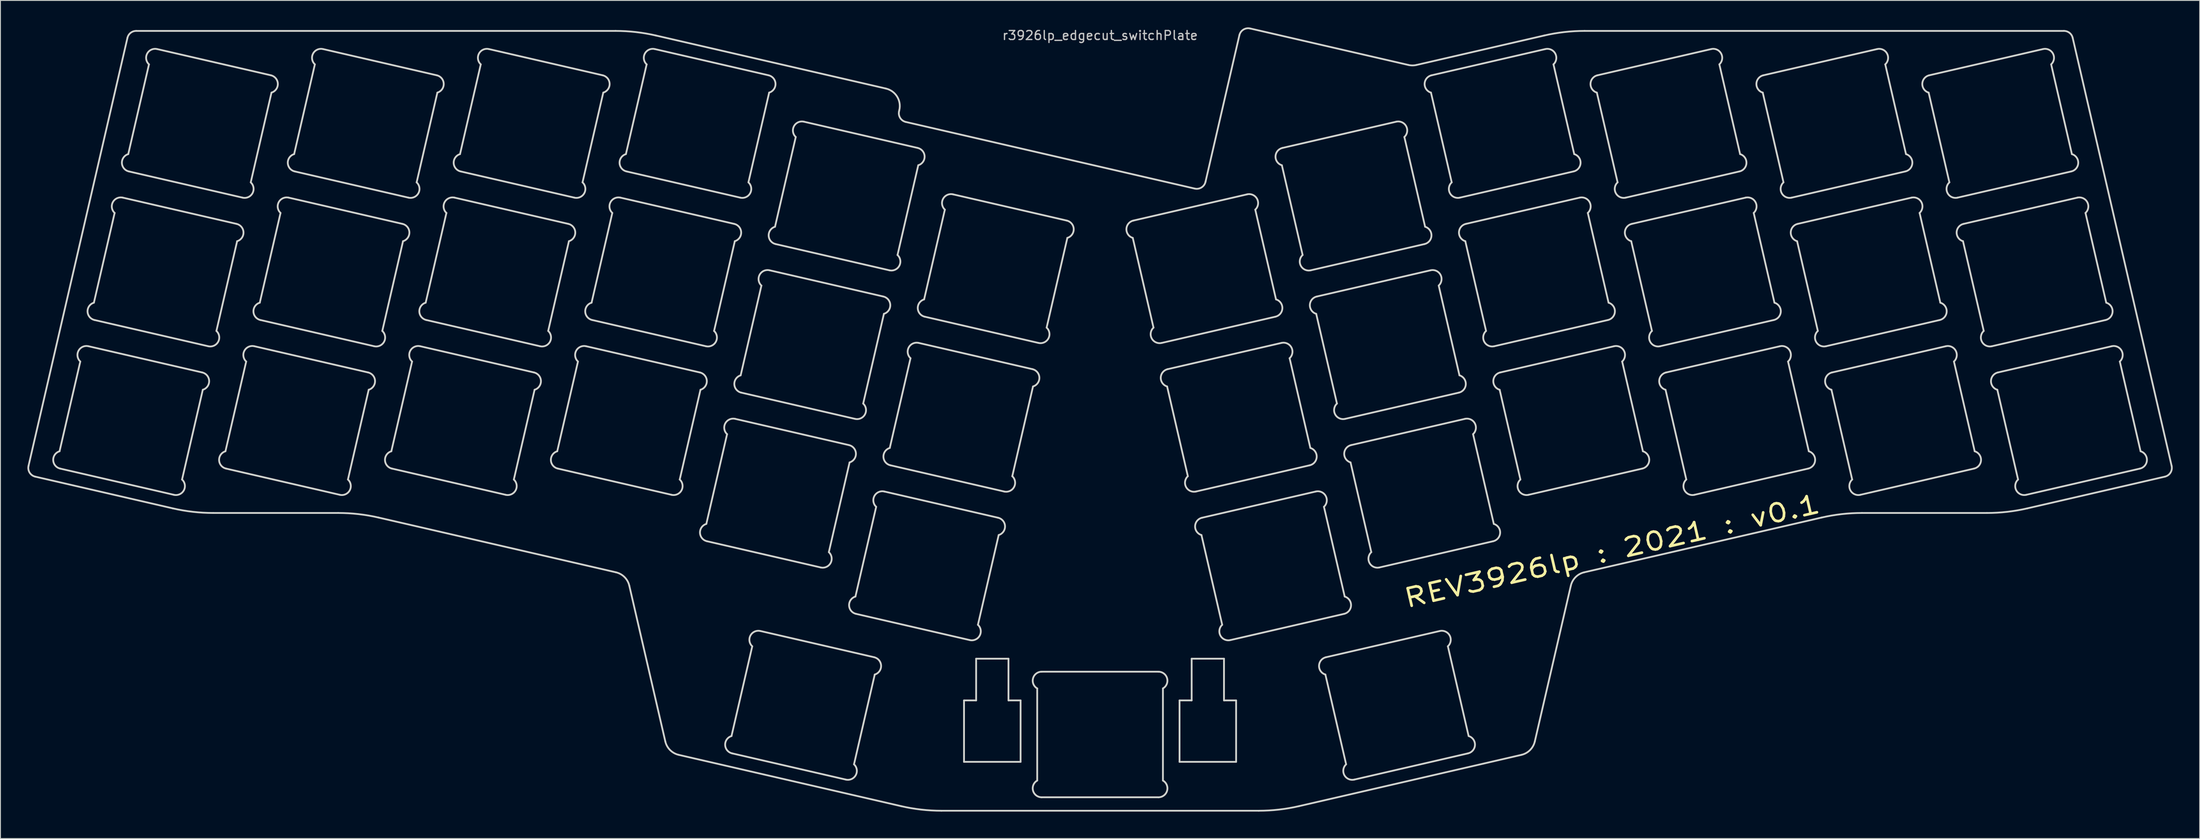
<source format=kicad_pcb>
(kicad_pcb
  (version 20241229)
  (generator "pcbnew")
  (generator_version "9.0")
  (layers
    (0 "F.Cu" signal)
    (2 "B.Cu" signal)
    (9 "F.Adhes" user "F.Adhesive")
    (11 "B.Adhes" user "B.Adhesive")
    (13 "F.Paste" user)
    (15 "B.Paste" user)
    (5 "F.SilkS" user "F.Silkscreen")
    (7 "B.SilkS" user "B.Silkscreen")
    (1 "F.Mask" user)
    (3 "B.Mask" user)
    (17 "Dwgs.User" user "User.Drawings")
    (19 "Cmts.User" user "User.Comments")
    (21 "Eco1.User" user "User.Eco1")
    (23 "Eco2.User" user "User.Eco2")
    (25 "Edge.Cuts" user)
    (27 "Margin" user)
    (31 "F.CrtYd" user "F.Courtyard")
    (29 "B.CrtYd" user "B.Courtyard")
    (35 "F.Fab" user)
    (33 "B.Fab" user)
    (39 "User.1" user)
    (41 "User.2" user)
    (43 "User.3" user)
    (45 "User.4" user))
  (footprint "r3926lp_edgecut_switchPlate"
    (layer "F.Cu")
    (at 119.449 0.396)
    (property "Reference" "r3926lp_edgecut_switchPlate" (at 0 0.5 0) (layer "Dwgs.User") (effects (font (size 1 1) (thickness 0.15))))
    (attr through_hole)
    (fp_line (start -119.324 48.494) (end -108.307 0.775) (stroke (width 0.2) (type solid)) (layer "Edge.Cuts"))
    (fp_line (start -115.867 46.863) (end -113.557 36.858) (stroke (width 0.2) (type solid)) (layer "Edge.Cuts"))
    (fp_line (start -112.65 35.153) (end -99.983 38.077) (stroke (width 0.2) (type solid)) (layer "Edge.Cuts"))
    (fp_line (start -112.043 30.299) (end -109.733 20.294) (stroke (width 0.2) (type solid)) (layer "Edge.Cuts"))
    (fp_line (start -108.826 18.588) (end -96.159 21.513) (stroke (width 0.2) (type solid)) (layer "Edge.Cuts"))
    (fp_line (start -108.218 13.734) (end -105.909 3.73) (stroke (width 0.2) (type solid)) (layer "Edge.Cuts"))
    (fp_line (start -107.332 0) (end -53.96 0) (stroke (width 0.2) (type solid)) (layer "Edge.Cuts"))
    (fp_line (start -105.002 2.024) (end -92.335 4.948) (stroke (width 0.2) (type solid)) (layer "Edge.Cuts"))
    (fp_line (start -103.256 53.229) (end -118.574 49.693) (stroke (width 0.2) (type solid)) (layer "Edge.Cuts"))
    (fp_line (start -103.133 51.718) (end -115.799 48.794) (stroke (width 0.2) (type solid)) (layer "Edge.Cuts"))
    (fp_line (start -99.916 40.008) (end -102.226 50.012) (stroke (width 0.2) (type solid)) (layer "Edge.Cuts"))
    (fp_line (start -99.308 35.154) (end -111.975 32.229) (stroke (width 0.2) (type solid)) (layer "Edge.Cuts"))
    (fp_line (start -97.394 46.863) (end -95.084 36.858) (stroke (width 0.2) (type solid)) (layer "Edge.Cuts"))
    (fp_line (start -96.092 23.443) (end -98.401 33.448) (stroke (width 0.2) (type solid)) (layer "Edge.Cuts"))
    (fp_line (start -95.484 18.589) (end -108.151 15.665) (stroke (width 0.2) (type solid)) (layer "Edge.Cuts"))
    (fp_line (start -94.177 35.153) (end -81.51 38.077) (stroke (width 0.2) (type solid)) (layer "Edge.Cuts"))
    (fp_line (start -93.57 30.299) (end -91.26 20.294) (stroke (width 0.2) (type solid)) (layer "Edge.Cuts"))
    (fp_line (start -92.267 6.879) (end -94.577 16.884) (stroke (width 0.2) (type solid)) (layer "Edge.Cuts"))
    (fp_line (start -90.353 18.588) (end -77.686 21.513) (stroke (width 0.2) (type solid)) (layer "Edge.Cuts"))
    (fp_line (start -89.745 13.734) (end -87.436 3.73) (stroke (width 0.2) (type solid)) (layer "Edge.Cuts"))
    (fp_line (start -86.529 2.024) (end -73.862 4.948) (stroke (width 0.2) (type solid)) (layer "Edge.Cuts"))
    (fp_line (start -84.841 53.742) (end -98.757 53.742) (stroke (width 0.2) (type solid)) (layer "Edge.Cuts"))
    (fp_line (start -84.66 51.718) (end -97.326 48.794) (stroke (width 0.2) (type solid)) (layer "Edge.Cuts"))
    (fp_line (start -81.443 40.008) (end -83.753 50.012) (stroke (width 0.2) (type solid)) (layer "Edge.Cuts"))
    (fp_line (start -80.835 35.154) (end -93.502 32.229) (stroke (width 0.2) (type solid)) (layer "Edge.Cuts"))
    (fp_line (start -78.921 46.863) (end -76.611 36.858) (stroke (width 0.2) (type solid)) (layer "Edge.Cuts"))
    (fp_line (start -77.619 23.443) (end -79.928 33.448) (stroke (width 0.2) (type solid)) (layer "Edge.Cuts"))
    (fp_line (start -77.011 18.589) (end -89.678 15.665) (stroke (width 0.2) (type solid)) (layer "Edge.Cuts"))
    (fp_line (start -75.704 35.153) (end -63.037 38.077) (stroke (width 0.2) (type solid)) (layer "Edge.Cuts"))
    (fp_line (start -75.097 30.299) (end -72.787 20.294) (stroke (width 0.2) (type solid)) (layer "Edge.Cuts"))
    (fp_line (start -73.794 6.879) (end -76.104 16.884) (stroke (width 0.2) (type solid)) (layer "Edge.Cuts"))
    (fp_line (start -71.88 18.588) (end -59.213 21.513) (stroke (width 0.2) (type solid)) (layer "Edge.Cuts"))
    (fp_line (start -71.272 13.734) (end -68.963 3.73) (stroke (width 0.2) (type solid)) (layer "Edge.Cuts"))
    (fp_line (start -68.056 2.024) (end -55.389 4.948) (stroke (width 0.2) (type solid)) (layer "Edge.Cuts"))
    (fp_line (start -66.187 51.718) (end -78.853 48.794) (stroke (width 0.2) (type solid)) (layer "Edge.Cuts"))
    (fp_line (start -62.97 40.008) (end -65.28 50.012) (stroke (width 0.2) (type solid)) (layer "Edge.Cuts"))
    (fp_line (start -62.362 35.154) (end -75.029 32.229) (stroke (width 0.2) (type solid)) (layer "Edge.Cuts"))
    (fp_line (start -60.448 46.863) (end -58.138 36.858) (stroke (width 0.2) (type solid)) (layer "Edge.Cuts"))
    (fp_line (start -59.146 23.443) (end -61.455 33.448) (stroke (width 0.2) (type solid)) (layer "Edge.Cuts"))
    (fp_line (start -58.538 18.589) (end -71.205 15.665) (stroke (width 0.2) (type solid)) (layer "Edge.Cuts"))
    (fp_line (start -57.231 35.153) (end -44.564 38.077) (stroke (width 0.2) (type solid)) (layer "Edge.Cuts"))
    (fp_line (start -56.624 30.299) (end -54.314 20.294) (stroke (width 0.2) (type solid)) (layer "Edge.Cuts"))
    (fp_line (start -55.321 6.879) (end -57.631 16.884) (stroke (width 0.2) (type solid)) (layer "Edge.Cuts"))
    (fp_line (start -53.92 60.355) (end -80.342 54.255) (stroke (width 0.2) (type solid)) (layer "Edge.Cuts"))
    (fp_line (start -53.407 18.588) (end -40.74 21.513) (stroke (width 0.2) (type solid)) (layer "Edge.Cuts"))
    (fp_line (start -52.799 13.734) (end -50.49 3.73) (stroke (width 0.2) (type solid)) (layer "Edge.Cuts"))
    (fp_line (start -49.583 2.024) (end -36.916 4.948) (stroke (width 0.2) (type solid)) (layer "Edge.Cuts"))
    (fp_line (start -49.461 0.513) (end -23.852 6.425) (stroke (width 0.2) (type solid)) (layer "Edge.Cuts"))
    (fp_line (start -48.413 79.211) (end -52.421 61.853) (stroke (width 0.2) (type solid)) (layer "Edge.Cuts"))
    (fp_line (start -47.714 51.718) (end -60.38 48.794) (stroke (width 0.2) (type solid)) (layer "Edge.Cuts"))
    (fp_line (start -44.497 40.008) (end -46.807 50.012) (stroke (width 0.2) (type solid)) (layer "Edge.Cuts"))
    (fp_line (start -43.889 35.154) (end -56.556 32.229) (stroke (width 0.2) (type solid)) (layer "Edge.Cuts"))
    (fp_line (start -43.844 54.961) (end -41.535 44.956) (stroke (width 0.2) (type solid)) (layer "Edge.Cuts"))
    (fp_line (start -41.042 78.612) (end -38.732 68.607) (stroke (width 0.2) (type solid)) (layer "Edge.Cuts"))
    (fp_line (start -40.673 23.443) (end -42.982 33.448) (stroke (width 0.2) (type solid)) (layer "Edge.Cuts"))
    (fp_line (start -40.628 43.251) (end -27.961 46.175) (stroke (width 0.2) (type solid)) (layer "Edge.Cuts"))
    (fp_line (start -40.065 18.589) (end -52.732 15.665) (stroke (width 0.2) (type solid)) (layer "Edge.Cuts"))
    (fp_line (start -40.02 38.397) (end -37.71 28.392) (stroke (width 0.2) (type solid)) (layer "Edge.Cuts"))
    (fp_line (start -37.825 66.901) (end -25.158 69.825) (stroke (width 0.2) (type solid)) (layer "Edge.Cuts"))
    (fp_line (start -36.848 6.879) (end -39.158 16.884) (stroke (width 0.2) (type solid)) (layer "Edge.Cuts"))
    (fp_line (start -36.803 26.686) (end -24.137 29.611) (stroke (width 0.2) (type solid)) (layer "Edge.Cuts"))
    (fp_line (start -36.196 21.832) (end -33.886 11.828) (stroke (width 0.2) (type solid)) (layer "Edge.Cuts"))
    (fp_line (start -32.979 10.122) (end -20.312 13.046) (stroke (width 0.2) (type solid)) (layer "Edge.Cuts"))
    (fp_line (start -31.11 59.816) (end -43.777 56.892) (stroke (width 0.2) (type solid)) (layer "Edge.Cuts"))
    (fp_line (start -28.307 83.467) (end -40.974 80.542) (stroke (width 0.2) (type solid)) (layer "Edge.Cuts"))
    (fp_line (start -27.893 48.106) (end -30.203 58.11) (stroke (width 0.2) (type solid)) (layer "Edge.Cuts"))
    (fp_line (start -27.286 43.252) (end -39.953 40.327) (stroke (width 0.2) (type solid)) (layer "Edge.Cuts"))
    (fp_line (start -27.241 63.059) (end -24.931 53.054) (stroke (width 0.2) (type solid)) (layer "Edge.Cuts"))
    (fp_line (start -25.091 71.756) (end -27.4 81.761) (stroke (width 0.2) (type solid)) (layer "Edge.Cuts"))
    (fp_line (start -24.069 31.541) (end -26.379 41.546) (stroke (width 0.2) (type solid)) (layer "Edge.Cuts"))
    (fp_line (start -24.024 51.349) (end -11.357 54.273) (stroke (width 0.2) (type solid)) (layer "Edge.Cuts"))
    (fp_line (start -23.462 26.688) (end -36.129 23.763) (stroke (width 0.2) (type solid)) (layer "Edge.Cuts"))
    (fp_line (start -23.417 46.495) (end -21.107 36.49) (stroke (width 0.2) (type solid)) (layer "Edge.Cuts"))
    (fp_line (start -22.353 8.823) (end -22.383 8.951) (stroke (width 0.2) (type solid)) (layer "Edge.Cuts"))
    (fp_line (start -22.157 86.426) (end -46.914 80.71) (stroke (width 0.2) (type solid)) (layer "Edge.Cuts"))
    (fp_line (start -21.633 10.15) (end 10.54 17.578) (stroke (width 0.2) (type solid)) (layer "Edge.Cuts"))
    (fp_line (start -20.245 14.977) (end -22.555 24.982) (stroke (width 0.2) (type solid)) (layer "Edge.Cuts"))
    (fp_line (start -20.2 34.784) (end -7.533 37.709) (stroke (width 0.2) (type solid)) (layer "Edge.Cuts"))
    (fp_line (start -19.593 29.93) (end -17.283 19.926) (stroke (width 0.2) (type solid)) (layer "Edge.Cuts"))
    (fp_line (start -16.376 18.22) (end -3.709 21.144) (stroke (width 0.2) (type solid)) (layer "Edge.Cuts"))
    (fp_line (start -15.15 74.638) (end -15.15 81.488) (stroke (width 0.2) (type solid)) (layer "Edge.Cuts"))
    (fp_line (start -15.15 81.488) (end -8.85 81.488) (stroke (width 0.2) (type solid)) (layer "Edge.Cuts"))
    (fp_line (start -14.507 67.914) (end -27.173 64.99) (stroke (width 0.2) (type solid)) (layer "Edge.Cuts"))
    (fp_line (start -13.8 69.988) (end -13.8 74.638) (stroke (width 0.2) (type solid)) (layer "Edge.Cuts"))
    (fp_line (start -13.8 74.638) (end -15.15 74.638) (stroke (width 0.2) (type solid)) (layer "Edge.Cuts"))
    (fp_line (start -11.29 56.204) (end -13.6 66.208) (stroke (width 0.2) (type solid)) (layer "Edge.Cuts"))
    (fp_line (start -10.682 51.35) (end -23.349 48.425) (stroke (width 0.2) (type solid)) (layer "Edge.Cuts"))
    (fp_line (start -10.2 69.988) (end -13.8 69.988) (stroke (width 0.2) (type solid)) (layer "Edge.Cuts"))
    (fp_line (start -10.2 74.638) (end -10.2 69.988) (stroke (width 0.2) (type solid)) (layer "Edge.Cuts"))
    (fp_line (start -8.85 74.638) (end -10.2 74.638) (stroke (width 0.2) (type solid)) (layer "Edge.Cuts"))
    (fp_line (start -8.85 81.488) (end -8.85 74.638) (stroke (width 0.2) (type solid)) (layer "Edge.Cuts"))
    (fp_line (start -7.466 39.639) (end -9.776 49.644) (stroke (width 0.2) (type solid)) (layer "Edge.Cuts"))
    (fp_line (start -7 83.572) (end -7 73.304) (stroke (width 0.2) (type solid)) (layer "Edge.Cuts"))
    (fp_line (start -6.858 34.786) (end -19.525 31.861) (stroke (width 0.2) (type solid)) (layer "Edge.Cuts"))
    (fp_line (start -6.5 71.438) (end 6.5 71.438) (stroke (width 0.2) (type solid)) (layer "Edge.Cuts"))
    (fp_line (start -3.642 23.075) (end -5.951 33.08) (stroke (width 0.2) (type solid)) (layer "Edge.Cuts"))
    (fp_line (start 3.709 21.144) (end 16.376 18.22) (stroke (width 0.2) (type solid)) (layer "Edge.Cuts"))
    (fp_line (start 5.951 33.08) (end 3.642 23.075) (stroke (width 0.2) (type solid)) (layer "Edge.Cuts"))
    (fp_line (start 6.5 85.438) (end -6.5 85.438) (stroke (width 0.2) (type solid)) (layer "Edge.Cuts"))
    (fp_line (start 7 73.304) (end 7 83.572) (stroke (width 0.2) (type solid)) (layer "Edge.Cuts"))
    (fp_line (start 7.533 37.709) (end 20.2 34.784) (stroke (width 0.2) (type solid)) (layer "Edge.Cuts"))
    (fp_line (start 8.85 74.638) (end 8.85 81.488) (stroke (width 0.2) (type solid)) (layer "Edge.Cuts"))
    (fp_line (start 8.85 81.488) (end 15.15 81.488) (stroke (width 0.2) (type solid)) (layer "Edge.Cuts"))
    (fp_line (start 9.776 49.644) (end 7.466 39.639) (stroke (width 0.2) (type solid)) (layer "Edge.Cuts"))
    (fp_line (start 10.2 69.988) (end 10.2 74.638) (stroke (width 0.2) (type solid)) (layer "Edge.Cuts"))
    (fp_line (start 10.2 74.638) (end 8.85 74.638) (stroke (width 0.2) (type solid)) (layer "Edge.Cuts"))
    (fp_line (start 11.357 54.273) (end 24.024 51.349) (stroke (width 0.2) (type solid)) (layer "Edge.Cuts"))
    (fp_line (start 11.74 16.829) (end 15.514 0.479) (stroke (width 0.2) (type solid)) (layer "Edge.Cuts"))
    (fp_line (start 13.6 66.208) (end 11.29 56.204) (stroke (width 0.2) (type solid)) (layer "Edge.Cuts"))
    (fp_line (start 13.8 69.988) (end 10.2 69.988) (stroke (width 0.2) (type solid)) (layer "Edge.Cuts"))
    (fp_line (start 13.8 74.638) (end 13.8 69.988) (stroke (width 0.2) (type solid)) (layer "Edge.Cuts"))
    (fp_line (start 15.15 74.638) (end 13.8 74.638) (stroke (width 0.2) (type solid)) (layer "Edge.Cuts"))
    (fp_line (start 15.15 81.488) (end 15.15 74.638) (stroke (width 0.2) (type solid)) (layer "Edge.Cuts"))
    (fp_line (start 16.714 -0.271) (end 34.334 3.797) (stroke (width 0.2) (type solid)) (layer "Edge.Cuts"))
    (fp_line (start 17.283 19.926) (end 19.593 29.93) (stroke (width 0.2) (type solid)) (layer "Edge.Cuts"))
    (fp_line (start 17.658 86.938) (end -17.658 86.938) (stroke (width 0.2) (type solid)) (layer "Edge.Cuts"))
    (fp_line (start 19.525 31.861) (end 6.858 34.786) (stroke (width 0.2) (type solid)) (layer "Edge.Cuts"))
    (fp_line (start 20.312 13.046) (end 32.979 10.122) (stroke (width 0.2) (type solid)) (layer "Edge.Cuts"))
    (fp_line (start 21.107 36.49) (end 23.417 46.495) (stroke (width 0.2) (type solid)) (layer "Edge.Cuts"))
    (fp_line (start 22.555 24.982) (end 20.245 14.977) (stroke (width 0.2) (type solid)) (layer "Edge.Cuts"))
    (fp_line (start 23.349 48.425) (end 10.682 51.35) (stroke (width 0.2) (type solid)) (layer "Edge.Cuts"))
    (fp_line (start 24.137 29.611) (end 36.803 26.686) (stroke (width 0.2) (type solid)) (layer "Edge.Cuts"))
    (fp_line (start 24.931 53.054) (end 27.241 63.059) (stroke (width 0.2) (type solid)) (layer "Edge.Cuts"))
    (fp_line (start 25.158 69.825) (end 37.825 66.901) (stroke (width 0.2) (type solid)) (layer "Edge.Cuts"))
    (fp_line (start 26.379 41.546) (end 24.069 31.541) (stroke (width 0.2) (type solid)) (layer "Edge.Cuts"))
    (fp_line (start 27.173 64.99) (end 14.507 67.914) (stroke (width 0.2) (type solid)) (layer "Edge.Cuts"))
    (fp_line (start 27.4 81.761) (end 25.091 71.756) (stroke (width 0.2) (type solid)) (layer "Edge.Cuts"))
    (fp_line (start 27.961 46.175) (end 40.628 43.251) (stroke (width 0.2) (type solid)) (layer "Edge.Cuts"))
    (fp_line (start 30.203 58.11) (end 27.893 48.106) (stroke (width 0.2) (type solid)) (layer "Edge.Cuts"))
    (fp_line (start 33.886 11.828) (end 36.196 21.832) (stroke (width 0.2) (type solid)) (layer "Edge.Cuts"))
    (fp_line (start 35.233 3.797) (end 49.461 0.513) (stroke (width 0.2) (type solid)) (layer "Edge.Cuts"))
    (fp_line (start 36.129 23.763) (end 23.462 26.688) (stroke (width 0.2) (type solid)) (layer "Edge.Cuts"))
    (fp_line (start 36.916 4.948) (end 49.583 2.024) (stroke (width 0.2) (type solid)) (layer "Edge.Cuts"))
    (fp_line (start 37.71 28.392) (end 40.02 38.397) (stroke (width 0.2) (type solid)) (layer "Edge.Cuts"))
    (fp_line (start 38.732 68.607) (end 41.042 78.612) (stroke (width 0.2) (type solid)) (layer "Edge.Cuts"))
    (fp_line (start 39.158 16.884) (end 36.848 6.879) (stroke (width 0.2) (type solid)) (layer "Edge.Cuts"))
    (fp_line (start 39.953 40.327) (end 27.286 43.252) (stroke (width 0.2) (type solid)) (layer "Edge.Cuts"))
    (fp_line (start 40.74 21.513) (end 53.407 18.588) (stroke (width 0.2) (type solid)) (layer "Edge.Cuts"))
    (fp_line (start 40.974 80.542) (end 28.307 83.467) (stroke (width 0.2) (type solid)) (layer "Edge.Cuts"))
    (fp_line (start 41.535 44.956) (end 43.844 54.961) (stroke (width 0.2) (type solid)) (layer "Edge.Cuts"))
    (fp_line (start 42.982 33.448) (end 40.673 23.443) (stroke (width 0.2) (type solid)) (layer "Edge.Cuts"))
    (fp_line (start 43.777 56.892) (end 31.11 59.816) (stroke (width 0.2) (type solid)) (layer "Edge.Cuts"))
    (fp_line (start 44.564 38.077) (end 57.231 35.153) (stroke (width 0.2) (type solid)) (layer "Edge.Cuts"))
    (fp_line (start 46.807 50.012) (end 44.497 40.008) (stroke (width 0.2) (type solid)) (layer "Edge.Cuts"))
    (fp_line (start 46.914 80.71) (end 22.157 86.426) (stroke (width 0.2) (type solid)) (layer "Edge.Cuts"))
    (fp_line (start 50.49 3.73) (end 52.799 13.734) (stroke (width 0.2) (type solid)) (layer "Edge.Cuts"))
    (fp_line (start 52.421 61.853) (end 48.413 79.211) (stroke (width 0.2) (type solid)) (layer "Edge.Cuts"))
    (fp_line (start 52.732 15.665) (end 40.065 18.589) (stroke (width 0.2) (type solid)) (layer "Edge.Cuts"))
    (fp_line (start 53.96 0) (end 107.332 0) (stroke (width 0.2) (type solid)) (layer "Edge.Cuts"))
    (fp_line (start 54.314 20.294) (end 56.624 30.299) (stroke (width 0.2) (type solid)) (layer "Edge.Cuts"))
    (fp_line (start 55.389 4.948) (end 68.056 2.024) (stroke (width 0.2) (type solid)) (layer "Edge.Cuts"))
    (fp_line (start 56.556 32.229) (end 43.889 35.154) (stroke (width 0.2) (type solid)) (layer "Edge.Cuts"))
    (fp_line (start 57.631 16.884) (end 55.321 6.879) (stroke (width 0.2) (type solid)) (layer "Edge.Cuts"))
    (fp_line (start 58.138 36.858) (end 60.448 46.863) (stroke (width 0.2) (type solid)) (layer "Edge.Cuts"))
    (fp_line (start 59.213 21.513) (end 71.88 18.588) (stroke (width 0.2) (type solid)) (layer "Edge.Cuts"))
    (fp_line (start 60.38 48.794) (end 47.714 51.718) (stroke (width 0.2) (type solid)) (layer "Edge.Cuts"))
    (fp_line (start 61.455 33.448) (end 59.146 23.443) (stroke (width 0.2) (type solid)) (layer "Edge.Cuts"))
    (fp_line (start 63.037 38.077) (end 75.704 35.153) (stroke (width 0.2) (type solid)) (layer "Edge.Cuts"))
    (fp_line (start 65.28 50.012) (end 62.97 40.008) (stroke (width 0.2) (type solid)) (layer "Edge.Cuts"))
    (fp_line (start 68.963 3.73) (end 71.272 13.734) (stroke (width 0.2) (type solid)) (layer "Edge.Cuts"))
    (fp_line (start 71.205 15.665) (end 58.538 18.589) (stroke (width 0.2) (type solid)) (layer "Edge.Cuts"))
    (fp_line (start 72.787 20.294) (end 75.097 30.299) (stroke (width 0.2) (type solid)) (layer "Edge.Cuts"))
    (fp_line (start 73.862 4.948) (end 86.529 2.024) (stroke (width 0.2) (type solid)) (layer "Edge.Cuts"))
    (fp_line (start 75.029 32.229) (end 62.362 35.154) (stroke (width 0.2) (type solid)) (layer "Edge.Cuts"))
    (fp_line (start 76.104 16.884) (end 73.794 6.879) (stroke (width 0.2) (type solid)) (layer "Edge.Cuts"))
    (fp_line (start 76.611 36.858) (end 78.921 46.863) (stroke (width 0.2) (type solid)) (layer "Edge.Cuts"))
    (fp_line (start 77.686 21.513) (end 90.353 18.588) (stroke (width 0.2) (type solid)) (layer "Edge.Cuts"))
    (fp_line (start 78.853 48.794) (end 66.187 51.718) (stroke (width 0.2) (type solid)) (layer "Edge.Cuts"))
    (fp_line (start 79.928 33.448) (end 77.619 23.443) (stroke (width 0.2) (type solid)) (layer "Edge.Cuts"))
    (fp_line (start 80.342 54.255) (end 53.92 60.355) (stroke (width 0.2) (type solid)) (layer "Edge.Cuts"))
    (fp_line (start 81.51 38.077) (end 94.177 35.153) (stroke (width 0.2) (type solid)) (layer "Edge.Cuts"))
    (fp_line (start 83.753 50.012) (end 81.443 40.008) (stroke (width 0.2) (type solid)) (layer "Edge.Cuts"))
    (fp_line (start 87.436 3.73) (end 89.745 13.734) (stroke (width 0.2) (type solid)) (layer "Edge.Cuts"))
    (fp_line (start 89.678 15.665) (end 77.011 18.589) (stroke (width 0.2) (type solid)) (layer "Edge.Cuts"))
    (fp_line (start 91.26 20.294) (end 93.57 30.299) (stroke (width 0.2) (type solid)) (layer "Edge.Cuts"))
    (fp_line (start 92.335 4.948) (end 105.002 2.024) (stroke (width 0.2) (type solid)) (layer "Edge.Cuts"))
    (fp_line (start 93.502 32.229) (end 80.835 35.154) (stroke (width 0.2) (type solid)) (layer "Edge.Cuts"))
    (fp_line (start 94.577 16.884) (end 92.267 6.879) (stroke (width 0.2) (type solid)) (layer "Edge.Cuts"))
    (fp_line (start 95.084 36.858) (end 97.394 46.863) (stroke (width 0.2) (type solid)) (layer "Edge.Cuts"))
    (fp_line (start 96.159 21.513) (end 108.826 18.588) (stroke (width 0.2) (type solid)) (layer "Edge.Cuts"))
    (fp_line (start 97.326 48.794) (end 84.66 51.718) (stroke (width 0.2) (type solid)) (layer "Edge.Cuts"))
    (fp_line (start 98.401 33.448) (end 96.092 23.443) (stroke (width 0.2) (type solid)) (layer "Edge.Cuts"))
    (fp_line (start 98.757 53.742) (end 84.841 53.742) (stroke (width 0.2) (type solid)) (layer "Edge.Cuts"))
    (fp_line (start 99.983 38.077) (end 112.65 35.153) (stroke (width 0.2) (type solid)) (layer "Edge.Cuts"))
    (fp_line (start 102.226 50.012) (end 99.916 40.008) (stroke (width 0.2) (type solid)) (layer "Edge.Cuts"))
    (fp_line (start 105.909 3.73) (end 108.218 13.734) (stroke (width 0.2) (type solid)) (layer "Edge.Cuts"))
    (fp_line (start 108.151 15.665) (end 95.484 18.589) (stroke (width 0.2) (type solid)) (layer "Edge.Cuts"))
    (fp_line (start 108.307 0.775) (end 119.324 48.494) (stroke (width 0.2) (type solid)) (layer "Edge.Cuts"))
    (fp_line (start 109.733 20.294) (end 112.043 30.299) (stroke (width 0.2) (type solid)) (layer "Edge.Cuts"))
    (fp_line (start 111.975 32.229) (end 99.308 35.154) (stroke (width 0.2) (type solid)) (layer "Edge.Cuts"))
    (fp_line (start 113.557 36.858) (end 115.867 46.863) (stroke (width 0.2) (type solid)) (layer "Edge.Cuts"))
    (fp_line (start 115.799 48.794) (end 103.133 51.718) (stroke (width 0.2) (type solid)) (layer "Edge.Cuts"))
    (fp_line (start 118.574 49.693) (end 103.256 53.229) (stroke (width 0.2) (type solid)) (layer "Edge.Cuts"))
    (fp_arc (start -118.574096 49.692873) (mid -119.197193 49.248422) (end -119.323515 48.493552) (stroke (width 0.2) (type solid)) (layer "Edge.Cuts"))
    (fp_arc (start -115.799321 48.793695) (mid -116.573762 47.854225) (end -115.866743 46.863021) (stroke (width 0.2) (type solid)) (layer "Edge.Cuts"))
    (fp_arc (start -113.556959 36.858239) (mid -113.757907 35.657412) (end -112.650007 35.152514) (stroke (width 0.2) (type solid)) (layer "Edge.Cuts"))
    (fp_arc (start -111.975154 32.229404) (mid -112.749594 31.289934) (end -112.042575 30.298729) (stroke (width 0.2) (type solid)) (layer "Edge.Cuts"))
    (fp_arc (start -109.732789 20.293947) (mid -109.933739 19.093122) (end -108.82584 18.588223) (stroke (width 0.2) (type solid)) (layer "Edge.Cuts"))
    (fp_arc (start -108.30683 0.775049) (mid -107.954975 0.217392) (end -107.33246 0) (stroke (width 0.2) (type solid)) (layer "Edge.Cuts"))
    (fp_arc (start -108.150986 15.665113) (mid -108.925426 14.725643) (end -108.218407 13.734438) (stroke (width 0.2) (type solid)) (layer "Edge.Cuts"))
    (fp_arc (start -105.908621 3.729656) (mid -106.109571 2.528831) (end -105.001672 2.023932) (stroke (width 0.2) (type solid)) (layer "Edge.Cuts"))
    (fp_arc (start -102.225562 50.012335) (mid -102.024612 51.21316) (end -103.132511 51.718059) (stroke (width 0.2) (type solid)) (layer "Edge.Cuts"))
    (fp_arc (start -99.983197 38.076878) (mid -99.208757 39.016348) (end -99.915776 40.007553) (stroke (width 0.2) (type solid)) (layer "Edge.Cuts"))
    (fp_arc (start -98.756723 53.741992) (mid -101.020787 53.613429) (end -103.255744 53.229393) (stroke (width 0.2) (type solid)) (layer "Edge.Cuts"))
    (fp_arc (start -98.401394 33.448044) (mid -98.200444 34.648869) (end -99.308343 35.153768) (stroke (width 0.2) (type solid)) (layer "Edge.Cuts"))
    (fp_arc (start -97.326321 48.793695) (mid -98.100762 47.854225) (end -97.393743 46.863021) (stroke (width 0.2) (type solid)) (layer "Edge.Cuts"))
    (fp_arc (start -96.159029 21.512587) (mid -95.384589 22.452057) (end -96.091608 23.443262) (stroke (width 0.2) (type solid)) (layer "Edge.Cuts"))
    (fp_arc (start -95.083959 36.858239) (mid -95.284907 35.657412) (end -94.177007 35.152514) (stroke (width 0.2) (type solid)) (layer "Edge.Cuts"))
    (fp_arc (start -94.577227 16.883753) (mid -94.376277 18.084578) (end -95.484176 18.589477) (stroke (width 0.2) (type solid)) (layer "Edge.Cuts"))
    (fp_arc (start -93.502154 32.229404) (mid -94.276594 31.289934) (end -93.569575 30.298729) (stroke (width 0.2) (type solid)) (layer "Edge.Cuts"))
    (fp_arc (start -92.334861 4.948296) (mid -91.560421 5.887766) (end -92.26744 6.878971) (stroke (width 0.2) (type solid)) (layer "Edge.Cuts"))
    (fp_arc (start -91.259789 20.293947) (mid -91.460739 19.093122) (end -90.35284 18.588223) (stroke (width 0.2) (type solid)) (layer "Edge.Cuts"))
    (fp_arc (start -89.677986 15.665113) (mid -90.452426 14.725643) (end -89.745407 13.734438) (stroke (width 0.2) (type solid)) (layer "Edge.Cuts"))
    (fp_arc (start -87.435621 3.729656) (mid -87.636571 2.528831) (end -86.528672 2.023932) (stroke (width 0.2) (type solid)) (layer "Edge.Cuts"))
    (fp_arc (start -84.840673 53.741991) (mid -82.576609 53.870554) (end -80.341652 54.25459) (stroke (width 0.2) (type solid)) (layer "Edge.Cuts"))
    (fp_arc (start -83.752562 50.012335) (mid -83.551612 51.21316) (end -84.659511 51.718059) (stroke (width 0.2) (type solid)) (layer "Edge.Cuts"))
    (fp_arc (start -81.510197 38.076878) (mid -80.735757 39.016348) (end -81.442776 40.007553) (stroke (width 0.2) (type solid)) (layer "Edge.Cuts"))
    (fp_arc (start -79.928394 33.448044) (mid -79.727444 34.648869) (end -80.835343 35.153768) (stroke (width 0.2) (type solid)) (layer "Edge.Cuts"))
    (fp_arc (start -78.853321 48.793695) (mid -79.627762 47.854225) (end -78.920743 46.863021) (stroke (width 0.2) (type solid)) (layer "Edge.Cuts"))
    (fp_arc (start -77.686029 21.512587) (mid -76.911589 22.452057) (end -77.618608 23.443262) (stroke (width 0.2) (type solid)) (layer "Edge.Cuts"))
    (fp_arc (start -76.610959 36.858239) (mid -76.811907 35.657412) (end -75.704007 35.152514) (stroke (width 0.2) (type solid)) (layer "Edge.Cuts"))
    (fp_arc (start -76.104227 16.883753) (mid -75.903277 18.084578) (end -77.011176 18.589477) (stroke (width 0.2) (type solid)) (layer "Edge.Cuts"))
    (fp_arc (start -75.029154 32.229404) (mid -75.803594 31.289934) (end -75.096575 30.298729) (stroke (width 0.2) (type solid)) (layer "Edge.Cuts"))
    (fp_arc (start -73.861861 4.948296) (mid -73.087421 5.887766) (end -73.79444 6.878971) (stroke (width 0.2) (type solid)) (layer "Edge.Cuts"))
    (fp_arc (start -72.786789 20.293947) (mid -72.987739 19.093122) (end -71.87984 18.588223) (stroke (width 0.2) (type solid)) (layer "Edge.Cuts"))
    (fp_arc (start -71.204986 15.665113) (mid -71.979426 14.725643) (end -71.272407 13.734438) (stroke (width 0.2) (type solid)) (layer "Edge.Cuts"))
    (fp_arc (start -68.962621 3.729656) (mid -69.163571 2.528831) (end -68.055672 2.023932) (stroke (width 0.2) (type solid)) (layer "Edge.Cuts"))
    (fp_arc (start -65.279562 50.012335) (mid -65.078612 51.21316) (end -66.186511 51.718059) (stroke (width 0.2) (type solid)) (layer "Edge.Cuts"))
    (fp_arc (start -63.037197 38.076878) (mid -62.262757 39.016348) (end -62.969776 40.007553) (stroke (width 0.2) (type solid)) (layer "Edge.Cuts"))
    (fp_arc (start -61.455394 33.448044) (mid -61.254444 34.648869) (end -62.362343 35.153768) (stroke (width 0.2) (type solid)) (layer "Edge.Cuts"))
    (fp_arc (start -60.380321 48.793695) (mid -61.154762 47.854225) (end -60.447743 46.863021) (stroke (width 0.2) (type solid)) (layer "Edge.Cuts"))
    (fp_arc (start -59.213029 21.512587) (mid -58.438589 22.452057) (end -59.145608 23.443262) (stroke (width 0.2) (type solid)) (layer "Edge.Cuts"))
    (fp_arc (start -58.137959 36.858239) (mid -58.338907 35.657412) (end -57.231007 35.152514) (stroke (width 0.2) (type solid)) (layer "Edge.Cuts"))
    (fp_arc (start -57.631227 16.883753) (mid -57.430277 18.084578) (end -58.538176 18.589477) (stroke (width 0.2) (type solid)) (layer "Edge.Cuts"))
    (fp_arc (start -56.556154 32.229404) (mid -57.330594 31.289934) (end -56.623575 30.298729) (stroke (width 0.2) (type solid)) (layer "Edge.Cuts"))
    (fp_arc (start -55.388861 4.948296) (mid -54.614421 5.887766) (end -55.32144 6.878971) (stroke (width 0.2) (type solid)) (layer "Edge.Cuts"))
    (fp_arc (start -54.313789 20.293947) (mid -54.514739 19.093122) (end -53.40684 18.588223) (stroke (width 0.2) (type solid)) (layer "Edge.Cuts"))
    (fp_arc (start -53.959882 -0.000001) (mid -51.695818 0.128562) (end -49.460861 0.512598) (stroke (width 0.2) (type solid)) (layer "Edge.Cuts"))
    (fp_arc (start -53.919517 60.354621) (mid -52.955206 60.889148) (end -52.420679 61.853459) (stroke (width 0.2) (type solid)) (layer "Edge.Cuts"))
    (fp_arc (start -52.731986 15.665113) (mid -53.506426 14.725643) (end -52.799407 13.734438) (stroke (width 0.2) (type solid)) (layer "Edge.Cuts"))
    (fp_arc (start -50.489621 3.729656) (mid -50.690571 2.528831) (end -49.582672 2.023932) (stroke (width 0.2) (type solid)) (layer "Edge.Cuts"))
    (fp_arc (start -46.914451 80.71021) (mid -47.878762 80.175683) (end -48.413289 79.211372) (stroke (width 0.2) (type solid)) (layer "Edge.Cuts"))
    (fp_arc (start -46.806562 50.012335) (mid -46.605612 51.21316) (end -47.713511 51.718059) (stroke (width 0.2) (type solid)) (layer "Edge.Cuts"))
    (fp_arc (start -44.564197 38.076878) (mid -43.789757 39.016348) (end -44.496776 40.007553) (stroke (width 0.2) (type solid)) (layer "Edge.Cuts"))
    (fp_arc (start -43.7769 56.891724) (mid -44.551339 55.952254) (end -43.84432 54.961051) (stroke (width 0.2) (type solid)) (layer "Edge.Cuts"))
    (fp_arc (start -42.982394 33.448044) (mid -42.781444 34.648869) (end -43.889343 35.153768) (stroke (width 0.2) (type solid)) (layer "Edge.Cuts"))
    (fp_arc (start -41.534534 44.956269) (mid -41.735484 43.755444) (end -40.627585 43.250545) (stroke (width 0.2) (type solid)) (layer "Edge.Cuts"))
    (fp_arc (start -40.974142 80.542183) (mid -41.748582 79.602713) (end -41.041563 78.611508) (stroke (width 0.2) (type solid)) (layer "Edge.Cuts"))
    (fp_arc (start -40.740029 21.512587) (mid -39.965589 22.452057) (end -40.672608 23.443262) (stroke (width 0.2) (type solid)) (layer "Edge.Cuts"))
    (fp_arc (start -39.952731 40.327434) (mid -40.727172 39.387964) (end -40.020153 38.39676) (stroke (width 0.2) (type solid)) (layer "Edge.Cuts"))
    (fp_arc (start -39.158227 16.883753) (mid -38.957277 18.084578) (end -40.065176 18.589477) (stroke (width 0.2) (type solid)) (layer "Edge.Cuts"))
    (fp_arc (start -38.731776 68.606726) (mid -38.932726 67.405901) (end -37.824827 66.901002) (stroke (width 0.2) (type solid)) (layer "Edge.Cuts"))
    (fp_arc (start -37.710366 28.391978) (mid -37.911316 27.191153) (end -36.803417 26.686254) (stroke (width 0.2) (type solid)) (layer "Edge.Cuts"))
    (fp_arc (start -36.915861 4.948296) (mid -36.141421 5.887766) (end -36.84844 6.878971) (stroke (width 0.2) (type solid)) (layer "Edge.Cuts"))
    (fp_arc (start -36.128563 23.763143) (mid -36.903004 22.823673) (end -36.195985 21.832469) (stroke (width 0.2) (type solid)) (layer "Edge.Cuts"))
    (fp_arc (start -33.886198 11.827686) (mid -34.087148 10.626861) (end -32.979249 10.121962) (stroke (width 0.2) (type solid)) (layer "Edge.Cuts"))
    (fp_arc (start -30.20314 58.110365) (mid -30.00219 59.31119) (end -31.110089 59.816089) (stroke (width 0.2) (type solid)) (layer "Edge.Cuts"))
    (fp_arc (start -27.960773 46.174908) (mid -27.186334 47.114379) (end -27.893354 48.105583) (stroke (width 0.2) (type solid)) (layer "Edge.Cuts"))
    (fp_arc (start -27.400382 81.760822) (mid -27.199432 82.961647) (end -28.307331 83.466546) (stroke (width 0.2) (type solid)) (layer "Edge.Cuts"))
    (fp_arc (start -27.173477 64.989756) (mid -27.947917 64.050286) (end -27.240898 63.059081) (stroke (width 0.2) (type solid)) (layer "Edge.Cuts"))
    (fp_arc (start -26.378972 41.546074) (mid -26.178022 42.746899) (end -27.285921 43.251798) (stroke (width 0.2) (type solid)) (layer "Edge.Cuts"))
    (fp_arc (start -25.158017 69.825365) (mid -24.383577 70.764835) (end -25.090596 71.75604) (stroke (width 0.2) (type solid)) (layer "Edge.Cuts"))
    (fp_arc (start -24.931112 53.054299) (mid -25.132062 51.853474) (end -24.024163 51.348575) (stroke (width 0.2) (type solid)) (layer "Edge.Cuts"))
    (fp_arc (start -24.136605 29.610617) (mid -23.362166 30.550088) (end -24.069186 31.541292) (stroke (width 0.2) (type solid)) (layer "Edge.Cuts"))
    (fp_arc (start -23.852252 6.424812) (mid -22.606058 7.313713) (end -22.353414 8.823454) (stroke (width 0.2) (type solid)) (layer "Edge.Cuts"))
    (fp_arc (start -23.349309 48.425465) (mid -24.123749 47.485995) (end -23.41673 46.49479) (stroke (width 0.2) (type solid)) (layer "Edge.Cuts"))
    (fp_arc (start -22.554804 24.981783) (mid -22.353854 26.182608) (end -23.461753 26.687507) (stroke (width 0.2) (type solid)) (layer "Edge.Cuts"))
    (fp_arc (start -21.633416 10.150211) (mid -22.256513 9.70576) (end -22.382835 8.95089) (stroke (width 0.2) (type solid)) (layer "Edge.Cuts"))
    (fp_arc (start -21.106944 36.490008) (mid -21.307894 35.289183) (end -20.199995 34.784284) (stroke (width 0.2) (type solid)) (layer "Edge.Cuts"))
    (fp_arc (start -20.312437 13.046326) (mid -19.537998 13.985797) (end -20.245018 14.977001) (stroke (width 0.2) (type solid)) (layer "Edge.Cuts"))
    (fp_arc (start -19.525142 31.861172) (mid -20.299581 30.921702) (end -19.592562 29.930499) (stroke (width 0.2) (type solid)) (layer "Edge.Cuts"))
    (fp_arc (start -17.658193 86.938468) (mid -19.922257 86.809905) (end -22.157214 86.425869) (stroke (width 0.2) (type solid)) (layer "Edge.Cuts"))
    (fp_arc (start -17.282776 19.925717) (mid -17.483726 18.724892) (end -16.375827 18.219993) (stroke (width 0.2) (type solid)) (layer "Edge.Cuts"))
    (fp_arc (start -13.599718 66.208395) (mid -13.398768 67.40922) (end -14.506667 67.914119) (stroke (width 0.2) (type solid)) (layer "Edge.Cuts"))
    (fp_arc (start -11.357353 54.272939) (mid -10.582912 55.212409) (end -11.289931 56.203613) (stroke (width 0.2) (type solid)) (layer "Edge.Cuts"))
    (fp_arc (start -9.77555 49.644104) (mid -9.5746 50.844929) (end -10.682499 51.349828) (stroke (width 0.2) (type solid)) (layer "Edge.Cuts"))
    (fp_arc (start -7.533184 37.708647) (mid -6.758744 38.648117) (end -7.465763 39.639322) (stroke (width 0.2) (type solid)) (layer "Edge.Cuts"))
    (fp_arc (start -6.999999 73.304493) (mid -7.465924 72.179649) (end -6.499999 71.438468) (stroke (width 0.2) (type solid)) (layer "Edge.Cuts"))
    (fp_arc (start -6.499999 85.438469) (mid -7.465926 84.697287) (end -6.999999 83.572442) (stroke (width 0.2) (type solid)) (layer "Edge.Cuts"))
    (fp_arc (start -5.951382 33.079813) (mid -5.750432 34.280638) (end -6.858331 34.785537) (stroke (width 0.2) (type solid)) (layer "Edge.Cuts"))
    (fp_arc (start -3.709016 21.144356) (mid -2.934576 22.083826) (end -3.641595 23.075031) (stroke (width 0.2) (type solid)) (layer "Edge.Cuts"))
    (fp_arc (start 3.641595 23.075031) (mid 2.934576 22.083826) (end 3.709016 21.144356) (stroke (width 0.2) (type solid)) (layer "Edge.Cuts"))
    (fp_arc (start 6.5 71.438468) (mid 7.465926 72.179649) (end 7 73.304493) (stroke (width 0.2) (type solid)) (layer "Edge.Cuts"))
    (fp_arc (start 6.858331 34.785538) (mid 5.750432 34.280639) (end 5.951381 33.079813) (stroke (width 0.2) (type solid)) (layer "Edge.Cuts"))
    (fp_arc (start 7 83.572443) (mid 7.465925 84.697287) (end 6.5 85.438468) (stroke (width 0.2) (type solid)) (layer "Edge.Cuts"))
    (fp_arc (start 7.465763 39.639322) (mid 6.758744 38.648117) (end 7.533184 37.708647) (stroke (width 0.2) (type solid)) (layer "Edge.Cuts"))
    (fp_arc (start 10.6825 51.349828) (mid 9.574601 50.84493) (end 9.775549 49.644105) (stroke (width 0.2) (type solid)) (layer "Edge.Cuts"))
    (fp_arc (start 11.289931 56.203614) (mid 10.582912 55.212409) (end 11.357352 54.272939) (stroke (width 0.2) (type solid)) (layer "Edge.Cuts"))
    (fp_arc (start 11.739604 16.828676) (mid 11.295153 17.451773) (end 10.540283 17.578095) (stroke (width 0.2) (type solid)) (layer "Edge.Cuts"))
    (fp_arc (start 14.506668 67.914119) (mid 13.398769 67.409221) (end 13.599717 66.208396) (stroke (width 0.2) (type solid)) (layer "Edge.Cuts"))
    (fp_arc (start 15.514284 0.478746) (mid 15.958734 -0.14435) (end 16.713604 -0.270672) (stroke (width 0.2) (type solid)) (layer "Edge.Cuts"))
    (fp_arc (start 16.375827 18.219994) (mid 17.483725 18.724892) (end 17.282776 19.925716) (stroke (width 0.2) (type solid)) (layer "Edge.Cuts"))
    (fp_arc (start 19.592563 29.930497) (mid 20.299583 30.921703) (end 19.525142 31.861174) (stroke (width 0.2) (type solid)) (layer "Edge.Cuts"))
    (fp_arc (start 20.199995 34.784285) (mid 21.307893 35.289183) (end 21.106944 36.490007) (stroke (width 0.2) (type solid)) (layer "Edge.Cuts"))
    (fp_arc (start 20.245017 14.977001) (mid 19.537998 13.985796) (end 20.312438 13.046326) (stroke (width 0.2) (type solid)) (layer "Edge.Cuts"))
    (fp_arc (start 22.157214 86.425869) (mid 19.922257 86.809905) (end 17.658193 86.938468) (stroke (width 0.2) (type solid)) (layer "Edge.Cuts"))
    (fp_arc (start 23.41673 46.49479) (mid 24.123749 47.485995) (end 23.349309 48.425465) (stroke (width 0.2) (type solid)) (layer "Edge.Cuts"))
    (fp_arc (start 23.461753 26.687507) (mid 22.353854 26.182608) (end 22.554804 24.981783) (stroke (width 0.2) (type solid)) (layer "Edge.Cuts"))
    (fp_arc (start 24.024163 51.348575) (mid 25.132062 51.853474) (end 24.931112 53.054299) (stroke (width 0.2) (type solid)) (layer "Edge.Cuts"))
    (fp_arc (start 24.069185 31.541292) (mid 23.362166 30.550087) (end 24.136606 29.610617) (stroke (width 0.2) (type solid)) (layer "Edge.Cuts"))
    (fp_arc (start 25.090596 71.75604) (mid 24.383577 70.764835) (end 25.158017 69.825365) (stroke (width 0.2) (type solid)) (layer "Edge.Cuts"))
    (fp_arc (start 27.240898 63.059081) (mid 27.947917 64.050286) (end 27.173477 64.989756) (stroke (width 0.2) (type solid)) (layer "Edge.Cuts"))
    (fp_arc (start 27.285921 43.251798) (mid 26.178022 42.746899) (end 26.378972 41.546074) (stroke (width 0.2) (type solid)) (layer "Edge.Cuts"))
    (fp_arc (start 27.893353 48.105583) (mid 27.186334 47.114378) (end 27.960774 46.174908) (stroke (width 0.2) (type solid)) (layer "Edge.Cuts"))
    (fp_arc (start 28.307331 83.466545) (mid 27.199433 82.961647) (end 27.400382 81.760823) (stroke (width 0.2) (type solid)) (layer "Edge.Cuts"))
    (fp_arc (start 31.110089 59.816089) (mid 30.00219 59.31119) (end 30.20314 58.110365) (stroke (width 0.2) (type solid)) (layer "Edge.Cuts"))
    (fp_arc (start 32.979249 10.121961) (mid 34.087148 10.62686) (end 33.886199 11.827686) (stroke (width 0.2) (type solid)) (layer "Edge.Cuts"))
    (fp_arc (start 35.233496 3.797245) (mid 34.783593 3.848505) (end 34.333691 3.797245) (stroke (width 0.2) (type solid)) (layer "Edge.Cuts"))
    (fp_arc (start 36.195985 21.832468) (mid 36.903004 22.823673) (end 36.128564 23.763143) (stroke (width 0.2) (type solid)) (layer "Edge.Cuts"))
    (fp_arc (start 36.803416 26.686254) (mid 37.911315 27.191152) (end 37.710367 28.391977) (stroke (width 0.2) (type solid)) (layer "Edge.Cuts"))
    (fp_arc (start 36.84844 6.878971) (mid 36.141421 5.887766) (end 36.915861 4.948296) (stroke (width 0.2) (type solid)) (layer "Edge.Cuts"))
    (fp_arc (start 37.824826 66.901002) (mid 38.932725 67.4059) (end 38.731777 68.606725) (stroke (width 0.2) (type solid)) (layer "Edge.Cuts"))
    (fp_arc (start 40.020153 38.396759) (mid 40.727172 39.387964) (end 39.952732 40.327434) (stroke (width 0.2) (type solid)) (layer "Edge.Cuts"))
    (fp_arc (start 40.065176 18.589478) (mid 38.957277 18.084579) (end 39.158226 16.883753) (stroke (width 0.2) (type solid)) (layer "Edge.Cuts"))
    (fp_arc (start 40.627585 43.250546) (mid 41.735483 43.755444) (end 41.534534 44.956268) (stroke (width 0.2) (type solid)) (layer "Edge.Cuts"))
    (fp_arc (start 40.672608 23.443262) (mid 39.965589 22.452057) (end 40.740029 21.512587) (stroke (width 0.2) (type solid)) (layer "Edge.Cuts"))
    (fp_arc (start 41.041563 78.611508) (mid 41.748582 79.602713) (end 40.974142 80.542183) (stroke (width 0.2) (type solid)) (layer "Edge.Cuts"))
    (fp_arc (start 43.844321 54.961049) (mid 44.551341 55.952255) (end 43.7769 56.891726) (stroke (width 0.2) (type solid)) (layer "Edge.Cuts"))
    (fp_arc (start 43.889343 35.153768) (mid 42.781444 34.648869) (end 42.982394 33.448044) (stroke (width 0.2) (type solid)) (layer "Edge.Cuts"))
    (fp_arc (start 44.496776 40.007553) (mid 43.789757 39.016348) (end 44.564197 38.076878) (stroke (width 0.2) (type solid)) (layer "Edge.Cuts"))
    (fp_arc (start 47.713511 51.718059) (mid 46.605612 51.21316) (end 46.806562 50.012335) (stroke (width 0.2) (type solid)) (layer "Edge.Cuts"))
    (fp_arc (start 48.413289 79.211372) (mid 47.878762 80.175683) (end 46.914451 80.71021) (stroke (width 0.2) (type solid)) (layer "Edge.Cuts"))
    (fp_arc (start 49.460861 0.512599) (mid 51.695818 0.128563) (end 53.959882 0) (stroke (width 0.2) (type solid)) (layer "Edge.Cuts"))
    (fp_arc (start 49.582672 2.023932) (mid 50.690571 2.528831) (end 50.489621 3.729656) (stroke (width 0.2) (type solid)) (layer "Edge.Cuts"))
    (fp_arc (start 52.420679 61.853459) (mid 52.955206 60.889148) (end 53.919517 60.354621) (stroke (width 0.2) (type solid)) (layer "Edge.Cuts"))
    (fp_arc (start 52.799407 13.734438) (mid 53.506426 14.725643) (end 52.731986 15.665113) (stroke (width 0.2) (type solid)) (layer "Edge.Cuts"))
    (fp_arc (start 53.40684 18.588223) (mid 54.514739 19.093122) (end 54.313789 20.293947) (stroke (width 0.2) (type solid)) (layer "Edge.Cuts"))
    (fp_arc (start 55.32144 6.878971) (mid 54.614421 5.887766) (end 55.388861 4.948296) (stroke (width 0.2) (type solid)) (layer "Edge.Cuts"))
    (fp_arc (start 56.623575 30.298729) (mid 57.330594 31.289934) (end 56.556154 32.229404) (stroke (width 0.2) (type solid)) (layer "Edge.Cuts"))
    (fp_arc (start 57.231008 35.152516) (mid 58.338906 35.657414) (end 58.137957 36.858238) (stroke (width 0.2) (type solid)) (layer "Edge.Cuts"))
    (fp_arc (start 58.538176 18.589478) (mid 57.430277 18.084579) (end 57.631226 16.883753) (stroke (width 0.2) (type solid)) (layer "Edge.Cuts"))
    (fp_arc (start 59.145608 23.443262) (mid 58.438589 22.452057) (end 59.213029 21.512587) (stroke (width 0.2) (type solid)) (layer "Edge.Cuts"))
    (fp_arc (start 60.447743 46.86302) (mid 61.154762 47.854225) (end 60.380322 48.793695) (stroke (width 0.2) (type solid)) (layer "Edge.Cuts"))
    (fp_arc (start 62.362343 35.153768) (mid 61.254444 34.648869) (end 61.455394 33.448044) (stroke (width 0.2) (type solid)) (layer "Edge.Cuts"))
    (fp_arc (start 62.969776 40.007553) (mid 62.262757 39.016348) (end 63.037197 38.076878) (stroke (width 0.2) (type solid)) (layer "Edge.Cuts"))
    (fp_arc (start 66.186511 51.718059) (mid 65.078612 51.21316) (end 65.279562 50.012335) (stroke (width 0.2) (type solid)) (layer "Edge.Cuts"))
    (fp_arc (start 68.055672 2.023932) (mid 69.163571 2.528831) (end 68.962621 3.729656) (stroke (width 0.2) (type solid)) (layer "Edge.Cuts"))
    (fp_arc (start 71.272407 13.734438) (mid 71.979426 14.725643) (end 71.204986 15.665113) (stroke (width 0.2) (type solid)) (layer "Edge.Cuts"))
    (fp_arc (start 71.87984 18.588223) (mid 72.987739 19.093122) (end 72.786789 20.293947) (stroke (width 0.2) (type solid)) (layer "Edge.Cuts"))
    (fp_arc (start 73.79444 6.878971) (mid 73.087421 5.887766) (end 73.861861 4.948296) (stroke (width 0.2) (type solid)) (layer "Edge.Cuts"))
    (fp_arc (start 75.096575 30.298729) (mid 75.803594 31.289934) (end 75.029154 32.229404) (stroke (width 0.2) (type solid)) (layer "Edge.Cuts"))
    (fp_arc (start 75.704008 35.152516) (mid 76.811906 35.657414) (end 76.610957 36.858238) (stroke (width 0.2) (type solid)) (layer "Edge.Cuts"))
    (fp_arc (start 77.011176 18.589478) (mid 75.903277 18.084579) (end 76.104226 16.883753) (stroke (width 0.2) (type solid)) (layer "Edge.Cuts"))
    (fp_arc (start 77.618608 23.443262) (mid 76.911589 22.452057) (end 77.686029 21.512587) (stroke (width 0.2) (type solid)) (layer "Edge.Cuts"))
    (fp_arc (start 78.920743 46.86302) (mid 79.627762 47.854225) (end 78.853322 48.793695) (stroke (width 0.2) (type solid)) (layer "Edge.Cuts"))
    (fp_arc (start 80.341652 54.254591) (mid 82.576609 53.870555) (end 84.840673 53.741992) (stroke (width 0.2) (type solid)) (layer "Edge.Cuts"))
    (fp_arc (start 80.835343 35.153768) (mid 79.727444 34.648869) (end 79.928394 33.448044) (stroke (width 0.2) (type solid)) (layer "Edge.Cuts"))
    (fp_arc (start 81.442776 40.007553) (mid 80.735757 39.016348) (end 81.510197 38.076878) (stroke (width 0.2) (type solid)) (layer "Edge.Cuts"))
    (fp_arc (start 84.659511 51.718059) (mid 83.551612 51.21316) (end 83.752562 50.012335) (stroke (width 0.2) (type solid)) (layer "Edge.Cuts"))
    (fp_arc (start 86.528672 2.023932) (mid 87.636571 2.528831) (end 87.435621 3.729656) (stroke (width 0.2) (type solid)) (layer "Edge.Cuts"))
    (fp_arc (start 89.745407 13.734438) (mid 90.452426 14.725643) (end 89.677986 15.665113) (stroke (width 0.2) (type solid)) (layer "Edge.Cuts"))
    (fp_arc (start 90.35284 18.588223) (mid 91.460739 19.093122) (end 91.259789 20.293947) (stroke (width 0.2) (type solid)) (layer "Edge.Cuts"))
    (fp_arc (start 92.26744 6.878971) (mid 91.560421 5.887766) (end 92.334861 4.948296) (stroke (width 0.2) (type solid)) (layer "Edge.Cuts"))
    (fp_arc (start 93.569575 30.298729) (mid 94.276594 31.289934) (end 93.502154 32.229404) (stroke (width 0.2) (type solid)) (layer "Edge.Cuts"))
    (fp_arc (start 94.177008 35.152516) (mid 95.284906 35.657414) (end 95.083957 36.858238) (stroke (width 0.2) (type solid)) (layer "Edge.Cuts"))
    (fp_arc (start 95.484176 18.589478) (mid 94.376277 18.084579) (end 94.577226 16.883753) (stroke (width 0.2) (type solid)) (layer "Edge.Cuts"))
    (fp_arc (start 96.091608 23.443262) (mid 95.384589 22.452057) (end 96.159029 21.512587) (stroke (width 0.2) (type solid)) (layer "Edge.Cuts"))
    (fp_arc (start 97.393743 46.86302) (mid 98.100762 47.854225) (end 97.326322 48.793695) (stroke (width 0.2) (type solid)) (layer "Edge.Cuts"))
    (fp_arc (start 99.308343 35.153768) (mid 98.200444 34.648869) (end 98.401394 33.448044) (stroke (width 0.2) (type solid)) (layer "Edge.Cuts"))
    (fp_arc (start 99.915776 40.007553) (mid 99.208757 39.016348) (end 99.983197 38.076878) (stroke (width 0.2) (type solid)) (layer "Edge.Cuts"))
    (fp_arc (start 103.132511 51.718059) (mid 102.024612 51.21316) (end 102.225562 50.012335) (stroke (width 0.2) (type solid)) (layer "Edge.Cuts"))
    (fp_arc (start 103.255743 53.229393) (mid 101.020786 53.613429) (end 98.756722 53.741992) (stroke (width 0.2) (type solid)) (layer "Edge.Cuts"))
    (fp_arc (start 105.001672 2.023932) (mid 106.109571 2.528831) (end 105.908621 3.729656) (stroke (width 0.2) (type solid)) (layer "Edge.Cuts"))
    (fp_arc (start 107.332459 0) (mid 107.954974 0.217391) (end 108.30683 0.775048) (stroke (width 0.2) (type solid)) (layer "Edge.Cuts"))
    (fp_arc (start 108.218407 13.734438) (mid 108.925426 14.725643) (end 108.150986 15.665113) (stroke (width 0.2) (type solid)) (layer "Edge.Cuts"))
    (fp_arc (start 108.82584 18.588223) (mid 109.933739 19.093122) (end 109.732789 20.293947) (stroke (width 0.2) (type solid)) (layer "Edge.Cuts"))
    (fp_arc (start 112.042575 30.298729) (mid 112.749594 31.289934) (end 111.975154 32.229404) (stroke (width 0.2) (type solid)) (layer "Edge.Cuts"))
    (fp_arc (start 112.650008 35.152516) (mid 113.757906 35.657414) (end 113.556957 36.858238) (stroke (width 0.2) (type solid)) (layer "Edge.Cuts"))
    (fp_arc (start 115.866743 46.86302) (mid 116.573762 47.854225) (end 115.799322 48.793695) (stroke (width 0.2) (type solid)) (layer "Edge.Cuts"))
    (fp_arc (start 119.323515 48.493552) (mid 119.197193 49.248422) (end 118.574096 49.692873) (stroke (width 0.2) (type solid)) (layer "Edge.Cuts"))
    (fp_text user "REV3926lp : 2021 : v0.1" (at 57 58 13) (layer "F.SilkS") (effects (font (size 2 2.5) (thickness 0.3)))))
  (gr_rect
    (start -3 -3)
    (end 241.898 90.435)
    (stroke (width 0.1) (type default))
    (fill no)
    (layer "Edge.Cuts")))
</source>
